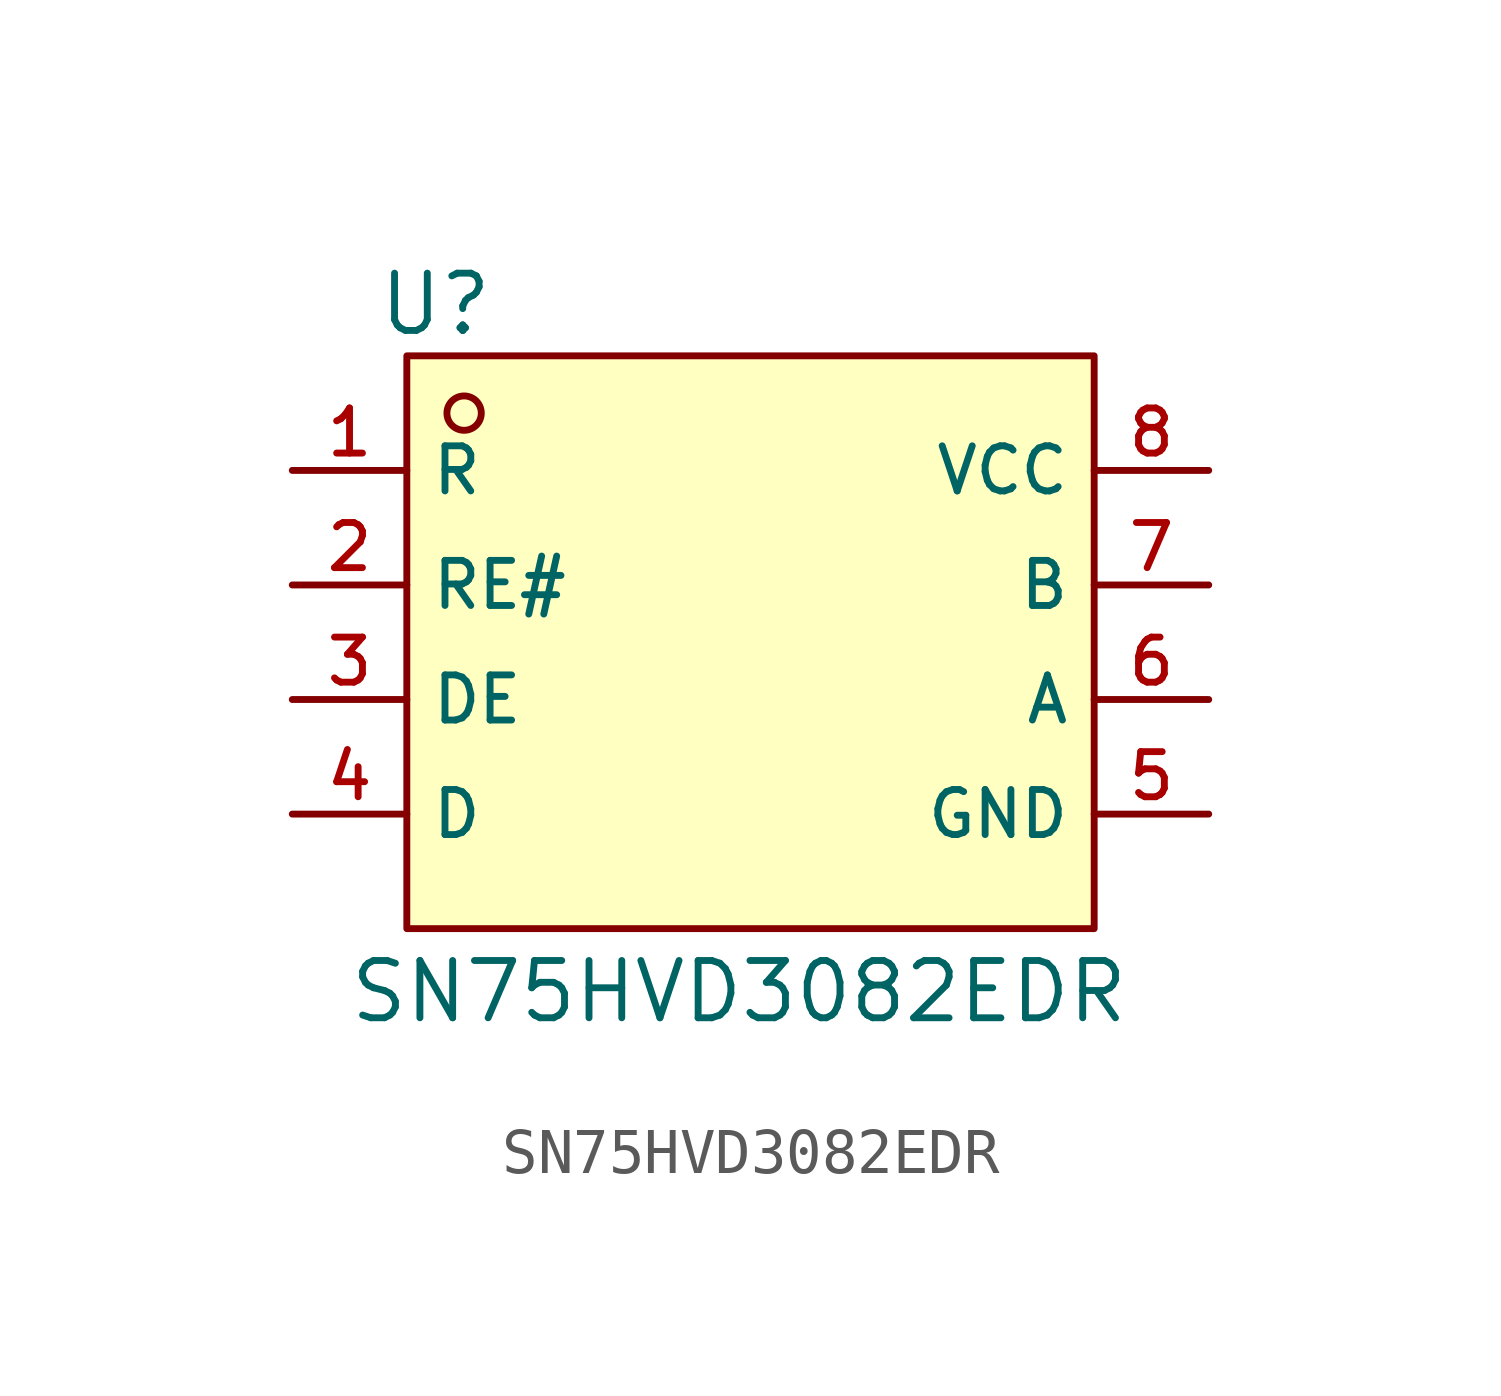
<source format=kicad_sym>
(kicad_symbol_lib
  (version 20220914)
  (generator kicad_symbol_editor)
  (symbol "SN75HVD3082EDR"
    (property "Reference" "U"
      (at -6.985 7.493 0)
      (effects (font (size 1.27 1.27))))
    (property "Value" "SN75HVD3082EDR"
      (at -0.254 -7.747 0)
      (effects (font (size 1.27 1.27))))
    (symbol "SN75HVD3082EDR_0_1"
      (rectangle (start -7.62 6.35) (end 7.62 -6.35) (stroke (width 0) (type default)) (fill (type background)))
      (circle (center -6.35 5.08) (radius 0.381) (stroke (width 0) (type default)) (fill (type background)))
      (pin unspecified line (at -10.16 3.81 0) (length 2.54) (name "R" (effects (font (size 1 1)))) (number "1" (effects (font (size 1 1)))))
      (pin unspecified line (at -10.16 1.27 0) (length 2.54) (name "RE#" (effects (font (size 1 1)))) (number "2" (effects (font (size 1 1)))))
      (pin unspecified line (at -10.16 -1.27 0) (length 2.54) (name "DE" (effects (font (size 1 1)))) (number "3" (effects (font (size 1 1)))))
      (pin unspecified line (at -10.16 -3.81 0) (length 2.54) (name "D" (effects (font (size 1 1)))) (number "4" (effects (font (size 1 1)))))
      (pin unspecified line (at 10.16 -3.81 180) (length 2.54) (name "GND" (effects (font (size 1 1)))) (number "5" (effects (font (size 1 1)))))
      (pin unspecified line (at 10.16 -1.27 180) (length 2.54) (name "A" (effects (font (size 1 1)))) (number "6" (effects (font (size 1 1)))))
      (pin unspecified line (at 10.16 1.27 180) (length 2.54) (name "B" (effects (font (size 1 1)))) (number "7" (effects (font (size 1 1)))))
      (pin unspecified line (at 10.16 3.81 180) (length 2.54) (name "VCC" (effects (font (size 1 1)))) (number "8" (effects (font (size 1 1))))))))
</source>
